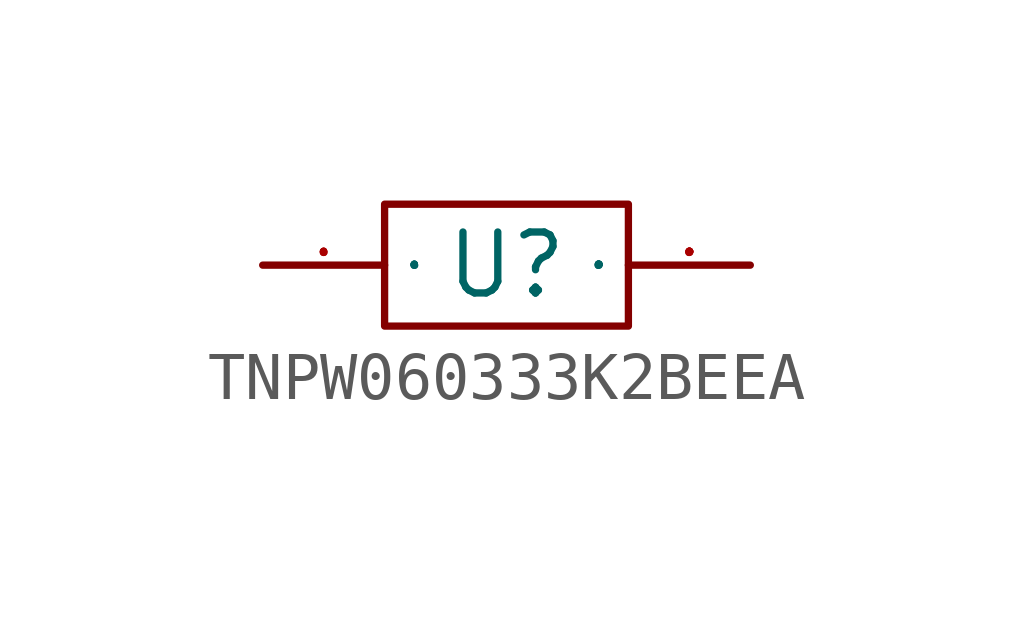
<source format=kicad_sym>
(kicad_symbol_lib
  (version 20241209)
  (generator "kicad_symbol_editor")
  (generator_version "9.0")
  (symbol "TNPW060333K2BEEA"
    (property "Reference" "U"
      (at 0 0 0)
      (effects (font (size 1.27 1.27))))
    (symbol "TNPW060333K2BEEA_1_0"
      (rectangle (start -2.54 -1.27) (end 2.54 1.27) (stroke (width 0) (type default)) (fill (type none)))
      (pin unspecified line (at -5.08 0 0) (length 2.54) (name "1" (effects (font (size 0.025 0.025)))) (number "1" (effects (font (size 0.025 0.025)))))
      (pin unspecified line (at 5.08 0 180) (length 2.54) (name "2" (effects (font (size 0.025 0.025)))) (number "2" (effects (font (size 0.025 0.025))))))))
</source>
